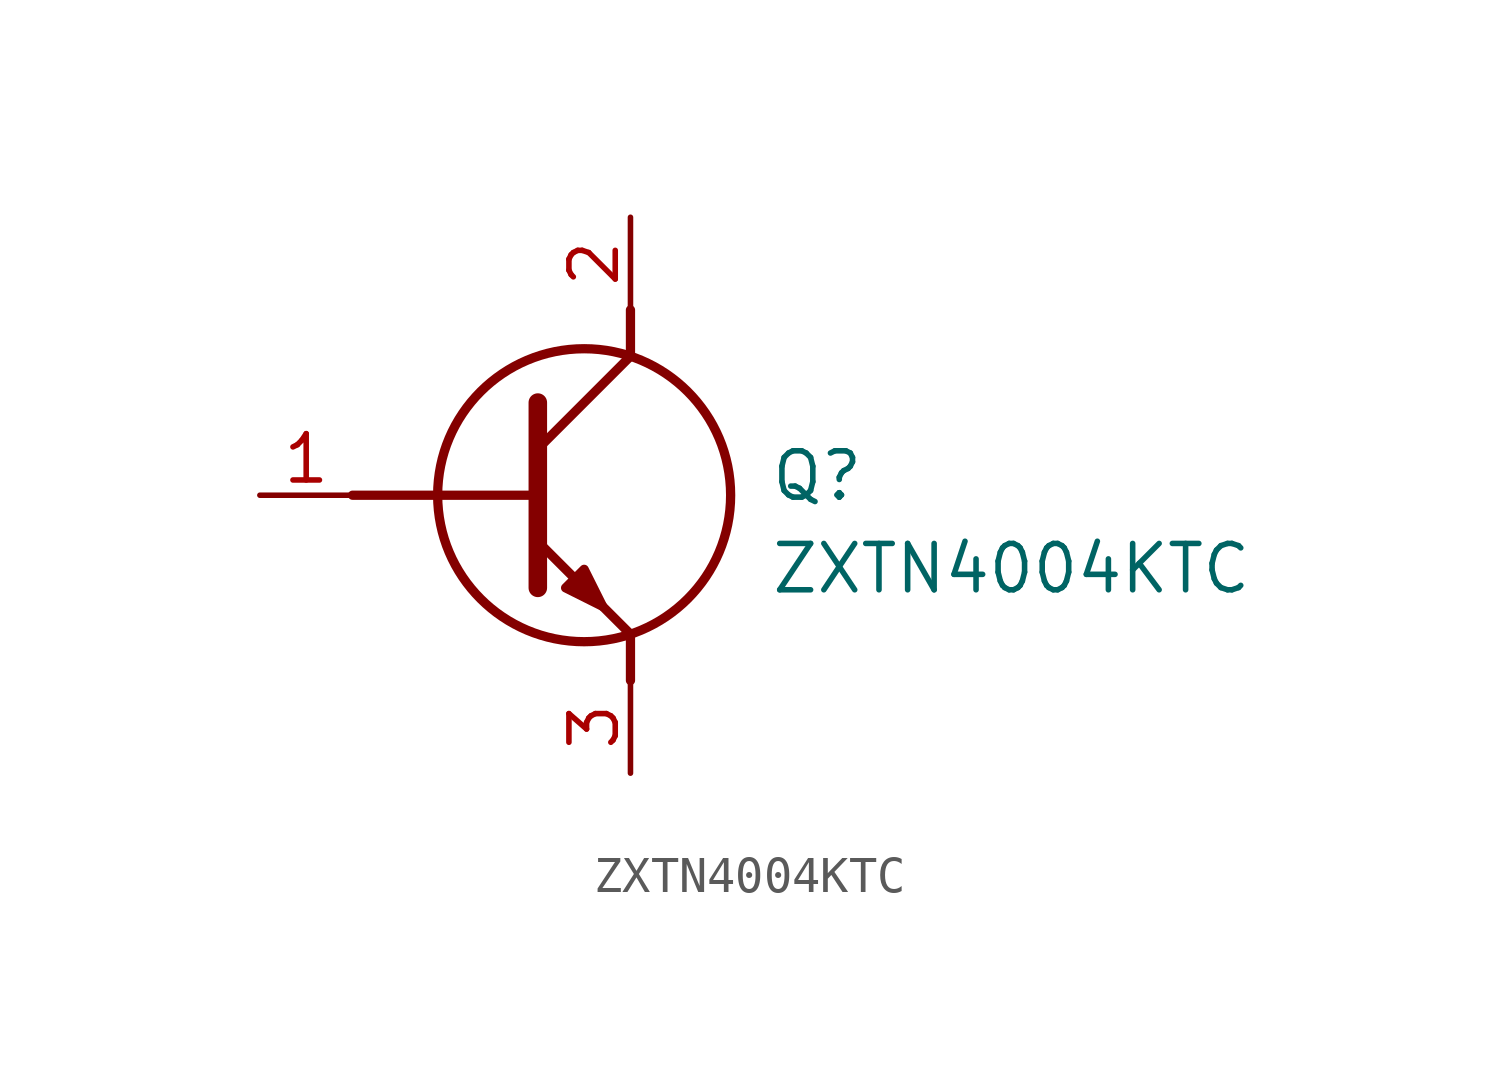
<source format=kicad_sym>
(kicad_symbol_lib
  (version 20211014)
  (generator SamacSys_ECAD_Model)
  (symbol "ZXTN4004KTC"
    (pin_names hide)
    (property "Reference" "Q"
      (at 13.97 1.27 0)
      (effects (font (size 1.27 1.27)) (justify left top)))
    (property "Value" "ZXTN4004KTC"
      (at 13.97 -1.27 0)
      (effects (font (size 1.27 1.27)) (justify left top)))
    (polyline
      (pts (xy 7.62 2.54) (xy 7.62 -2.54))
      (stroke (width 0.508) (type default))
      (fill (type none)))
    (polyline
      (pts (xy 7.62 1.27) (xy 10.16 3.81))
      (stroke (width 0.254) (type default))
      (fill (type none)))
    (polyline
      (pts (xy 7.62 -1.27) (xy 10.16 -3.81))
      (stroke (width 0.254) (type default))
      (fill (type none)))
    (polyline
      (pts (xy 10.16 -3.81) (xy 10.16 -5.08))
      (stroke (width 0.254) (type default))
      (fill (type none)))
    (polyline
      (pts (xy 10.16 3.81) (xy 10.16 5.08))
      (stroke (width 0.254) (type default))
      (fill (type none)))
    (polyline
      (pts (xy 2.54 0) (xy 7.62 0))
      (stroke (width 0.254) (type default))
      (fill (type none)))
    (circle
      (center 8.89 0)
      (radius 4.016)
      (stroke (width 0.254) (type default))
      (fill (type none)))
    (polyline
      (pts (xy 8.382 -2.54) (xy 8.89 -2.032) (xy 9.398 -3.048) (xy 8.382 -2.54))
      (stroke (width 0.254) (type default))
      (fill (type outline)))
    (pin passive line
      (at 0 0 0)
      (length 2.54)
      (name "B" (effects (font (size 1.27 1.27))))
      (number "1" (effects (font (size 1.27 1.27)))))
    (pin passive line
      (at 10.16 -7.62 90)
      (length 2.54)
      (name "E" (effects (font (size 1.27 1.27))))
      (number "3" (effects (font (size 1.27 1.27)))))
    (pin passive line
      (at 10.16 7.62 270)
      (length 2.54)
      (name "C" (effects (font (size 1.27 1.27))))
      (number "2" (effects (font (size 1.27 1.27)))))))
</source>
